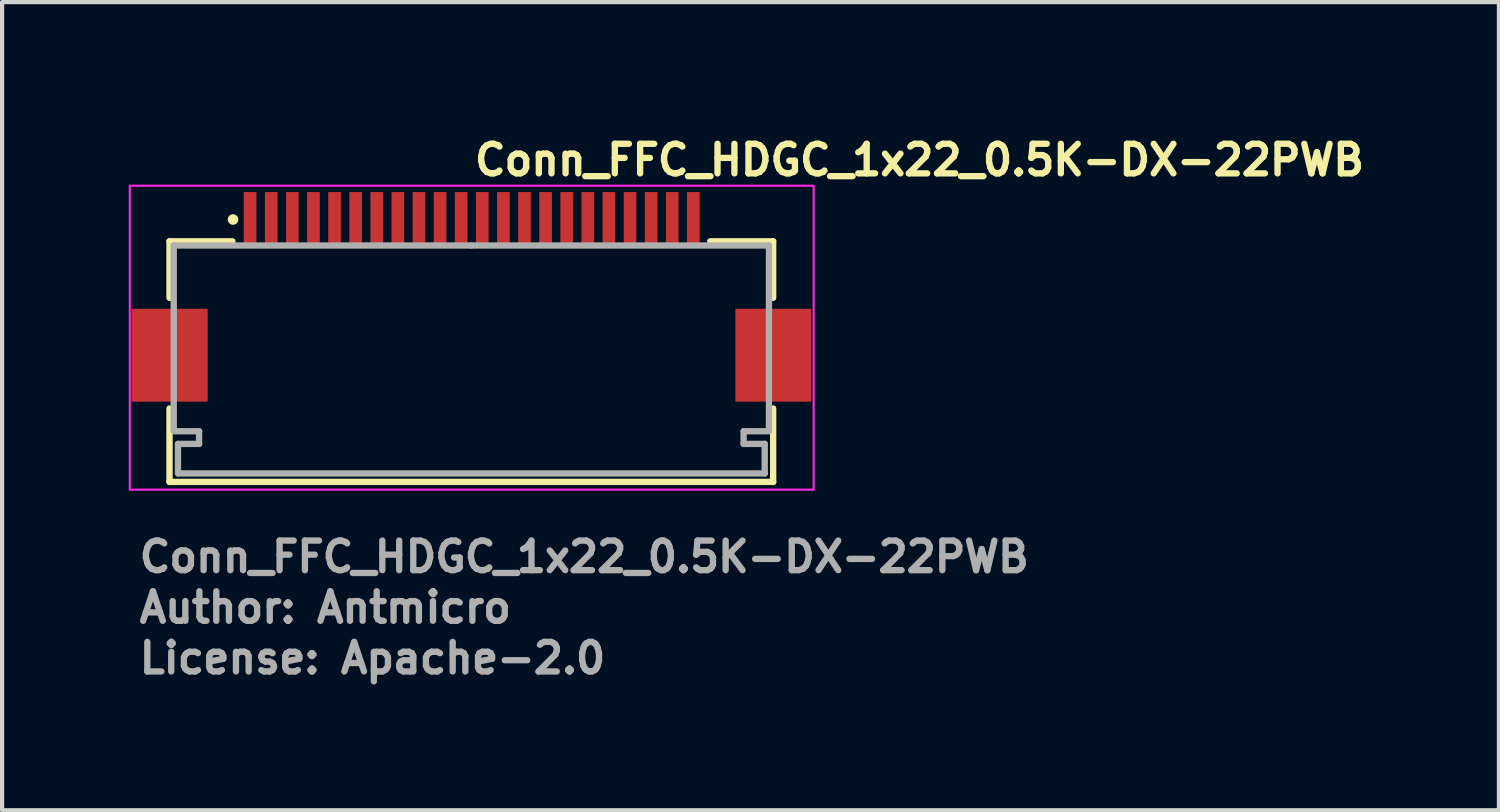
<source format=kicad_pcb>
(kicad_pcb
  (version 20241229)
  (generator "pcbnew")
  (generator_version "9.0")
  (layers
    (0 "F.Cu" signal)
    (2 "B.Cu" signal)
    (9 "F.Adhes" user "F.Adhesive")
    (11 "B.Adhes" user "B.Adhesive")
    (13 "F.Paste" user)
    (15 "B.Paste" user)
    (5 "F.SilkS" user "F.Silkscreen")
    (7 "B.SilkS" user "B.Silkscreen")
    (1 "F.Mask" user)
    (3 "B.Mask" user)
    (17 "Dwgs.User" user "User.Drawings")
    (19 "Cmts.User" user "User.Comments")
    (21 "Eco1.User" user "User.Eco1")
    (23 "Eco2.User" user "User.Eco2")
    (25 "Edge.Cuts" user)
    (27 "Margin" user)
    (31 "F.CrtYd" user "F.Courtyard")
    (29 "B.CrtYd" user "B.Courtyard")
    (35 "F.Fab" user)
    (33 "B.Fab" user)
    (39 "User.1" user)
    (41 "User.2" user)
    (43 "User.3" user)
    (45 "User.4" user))
  (footprint "Conn_FFC_HDGC_1x22_0.5K-DX-22PWB"
    (layer "F.Cu")
    (at 8.125 4.95)
    (property "Reference" "Conn_FFC_HDGC_1x22_0.5K-DX-22PWB" (at -0.009 -3.8 180) (layer "F.SilkS") (effects (font (size 0.7 0.7) (thickness 0.15)) (justify left bottom)))
    (attr smd)
    (fp_line (start -7.159 -2.284) (end -7.159 -0.944) (stroke (width 0.15) (type solid)) (layer "F.SilkS"))
    (fp_line (start -7.159 1.676) (end -7.159 3.416) (stroke (width 0.15) (type solid)) (layer "F.SilkS"))
    (fp_line (start -7.159 3.416) (end 7.141 3.416) (stroke (width 0.15) (type solid)) (layer "F.SilkS"))
    (fp_line (start -5.669 -2.284) (end -7.159 -2.284) (stroke (width 0.15) (type solid)) (layer "F.SilkS"))
    (fp_line (start 5.651 -2.284) (end 7.141 -2.284) (stroke (width 0.15) (type solid)) (layer "F.SilkS"))
    (fp_line (start 7.141 -2.284) (end 7.141 -0.944) (stroke (width 0.15) (type solid)) (layer "F.SilkS"))
    (fp_line (start 7.141 3.416) (end 7.141 1.676) (stroke (width 0.15) (type solid)) (layer "F.SilkS"))
    (fp_circle (center -5.655 -2.8) (end -5.605 -2.8) (stroke (width 0.15) (type solid)) (fill yes) (layer "F.SilkS"))
    (fp_rect (start -8.1 -3.6) (end 8.1 3.6) (stroke (width 0.05) (type solid)) (fill no) (layer "F.CrtYd"))
    (fp_line (start -7.059 -2.184) (end -7.059 2.2) (stroke (width 0.15) (type solid)) (layer "F.Fab"))
    (fp_line (start -7.059 2.216) (end -6.459 2.216) (stroke (width 0.15) (type solid)) (layer "F.Fab"))
    (fp_line (start -6.959 2.516) (end -6.959 3.216) (stroke (width 0.15) (type solid)) (layer "F.Fab"))
    (fp_line (start -6.459 2.216) (end -6.459 2.516) (stroke (width 0.15) (type solid)) (layer "F.Fab"))
    (fp_line (start -6.459 2.516) (end -6.959 2.516) (stroke (width 0.15) (type solid)) (layer "F.Fab"))
    (fp_line (start -0.009 -2.184) (end -7.059 -2.184) (stroke (width 0.15) (type solid)) (layer "F.Fab"))
    (fp_line (start -0.009 -2.184) (end 7.041 -2.184) (stroke (width 0.15) (type solid)) (layer "F.Fab"))
    (fp_line (start 6.441 2.216) (end 6.441 2.516) (stroke (width 0.15) (type solid)) (layer "F.Fab"))
    (fp_line (start 6.441 2.516) (end 6.941 2.516) (stroke (width 0.15) (type solid)) (layer "F.Fab"))
    (fp_line (start 6.941 2.516) (end 6.941 3.216) (stroke (width 0.15) (type solid)) (layer "F.Fab"))
    (fp_line (start 6.941 3.216) (end -6.95 3.216) (stroke (width 0.15) (type solid)) (layer "F.Fab"))
    (fp_line (start 7.041 -2.184) (end 7.041 2.2) (stroke (width 0.15) (type solid)) (layer "F.Fab"))
    (fp_line (start 7.041 2.216) (end 6.441 2.216) (stroke (width 0.15) (type solid)) (layer "F.Fab"))
    (fp_rect (start -7.55 -3.2) (end 7.55 3.2) (stroke (width 0.1) (type solid)) (fill no) (layer "User.5"))
    (fp_line (start -7.55 0.8) (end -7.55 -0.4) (stroke (width 0.02) (type solid)) (layer "User.9"))
    (fp_line (start -7.3 -0.4) (end -7.55 -0.4) (stroke (width 0.02) (type solid)) (layer "User.9"))
    (fp_line (start -7.3 -0.4) (end -6.7 -0.4) (stroke (width 0.02) (type solid)) (layer "User.9"))
    (fp_line (start -7.3 0.8) (end -7.55 0.8) (stroke (width 0.02) (type solid)) (layer "User.9"))
    (fp_line (start -7.3 0.8) (end -6.7 0.8) (stroke (width 0.02) (type solid)) (layer "User.9"))
    (fp_line (start -7.05 -2.4) (end -7.05 -0.5) (stroke (width 0.02) (type solid)) (layer "User.9"))
    (fp_line (start -7.05 -2.4) (end -5.85 -2.4) (stroke (width 0.02) (type solid)) (layer "User.9"))
    (fp_line (start -7.05 -0.4) (end -7.05 -0.5) (stroke (width 0.02) (type solid)) (layer "User.9"))
    (fp_line (start -7.05 2.2) (end -7.05 0.8) (stroke (width 0.02) (type solid)) (layer "User.9"))
    (fp_line (start -7.05 2.2) (end -6.65 2.2) (stroke (width 0.02) (type solid)) (layer "User.9"))
    (fp_line (start -6.85 3.2) (end -6.85 2.5) (stroke (width 0.02) (type solid)) (layer "User.9"))
    (fp_line (start -6.65 -0.5) (end -7.05 -0.5) (stroke (width 0.02) (type solid)) (layer "User.9"))
    (fp_line (start -6.65 -0.4) (end -6.65 -0.5) (stroke (width 0.02) (type solid)) (layer "User.9"))
    (fp_line (start -6.65 2.2) (end -6.65 0.8) (stroke (width 0.02) (type solid)) (layer "User.9"))
    (fp_line (start -6.65 2.2) (end -5.85 2.2) (stroke (width 0.02) (type solid)) (layer "User.9"))
    (fp_line (start -6.47 -0.4) (end -6.7 -0.4) (stroke (width 0.02) (type solid)) (layer "User.9"))
    (fp_line (start -6.47 0.8) (end -6.7 0.8) (stroke (width 0.02) (type solid)) (layer "User.9"))
    (fp_line (start -6.47 0.8) (end -6.47 -0.4) (stroke (width 0.02) (type solid)) (layer "User.9"))
    (fp_line (start -6.45 2.2) (end -6.45 2.3) (stroke (width 0.02) (type solid)) (layer "User.9"))
    (fp_line (start -6.45 2.3) (end -5.785 2.3) (stroke (width 0.02) (type solid)) (layer "User.9"))
    (fp_line (start -6.45 2.5) (end -6.45 2.3) (stroke (width 0.02) (type solid)) (layer "User.9"))
    (fp_line (start -5.85 -2.4) (end -5.45 -2.4) (stroke (width 0.02) (type solid)) (layer "User.9"))
    (fp_line (start -5.85 2.2) (end -5.85 -2.4) (stroke (width 0.02) (type solid)) (layer "User.9"))
    (fp_line (start -5.785 2.3) (end -5.785 2.5) (stroke (width 0.02) (type solid)) (layer "User.9"))
    (fp_line (start -5.785 2.5) (end -6.85 2.5) (stroke (width 0.02) (type solid)) (layer "User.9"))
    (fp_line (start -5.785 3.2) (end -6.85 3.2) (stroke (width 0.02) (type solid)) (layer "User.9"))
    (fp_line (start -5.785 3.2) (end -5.785 2.5) (stroke (width 0.02) (type solid)) (layer "User.9"))
    (fp_line (start -5.672 2.3) (end -5.785 2.3) (stroke (width 0.02) (type solid)) (layer "User.9"))
    (fp_line (start -5.672 2.3) (end -5.672 2.2) (stroke (width 0.02) (type solid)) (layer "User.9"))
    (fp_line (start -5.45 -2.4) (end -5.35 -2.205) (stroke (width 0.02) (type solid)) (layer "User.9"))
    (fp_line (start -5.35 -3.1) (end -5.35 -3.2) (stroke (width 0.02) (type solid)) (layer "User.9"))
    (fp_line (start -5.35 -2.8) (end -5.35 -3.1) (stroke (width 0.02) (type solid)) (layer "User.9"))
    (fp_line (start -5.35 -2.709) (end -5.35 -2.8) (stroke (width 0.02) (type solid)) (layer "User.9"))
    (fp_line (start -5.35 -2.6) (end -5.35 -2.709) (stroke (width 0.02) (type solid)) (layer "User.9"))
    (fp_line (start -5.35 -2.4) (end -5.35 -2.6) (stroke (width 0.02) (type solid)) (layer "User.9"))
    (fp_line (start -5.35 -2.205) (end -5.35 -2.4) (stroke (width 0.02) (type solid)) (layer "User.9"))
    (fp_line (start -5.35 -2.2) (end -5.35 -2.205) (stroke (width 0.02) (type solid)) (layer "User.9"))
    (fp_line (start -5.35 -2.2) (end 5.348 -2.2) (stroke (width 0.02) (type solid)) (layer "User.9"))
    (fp_line (start -5.35 2.2) (end -5.35 3.2) (stroke (width 0.02) (type solid)) (layer "User.9"))
    (fp_line (start -5.35 3.2) (end -5.785 3.2) (stroke (width 0.02) (type solid)) (layer "User.9"))
    (fp_line (start -5.15 -3.2) (end -5.35 -3.2) (stroke (width 0.02) (type solid)) (layer "User.9"))
    (fp_line (start -5.15 -3.1) (end -5.15 -3.2) (stroke (width 0.02) (type solid)) (layer "User.9"))
    (fp_line (start -5.15 -3.1) (end -5.15 -2.8) (stroke (width 0.02) (type solid)) (layer "User.9"))
    (fp_line (start -5.15 -2.709) (end -5.15 -2.8) (stroke (width 0.02) (type solid)) (layer "User.9"))
    (fp_line (start -5.15 -2.709) (end -5.15 -2.6) (stroke (width 0.02) (type solid)) (layer "User.9"))
    (fp_line (start -5.15 -2.6) (end -5.35 -2.6) (stroke (width 0.02) (type solid)) (layer "User.9"))
    (fp_line (start -5.15 -2.6) (end -5.15 -2.4) (stroke (width 0.02) (type solid)) (layer "User.9"))
    (fp_line (start -5.15 -2.4) (end -5.35 -2.4) (stroke (width 0.02) (type solid)) (layer "User.9"))
    (fp_line (start -5.15 -2.4) (end -5.15 -2.2) (stroke (width 0.02) (type solid)) (layer "User.9"))
    (fp_line (start -5.05 -2.4) (end -5.15 -2.205) (stroke (width 0.02) (type solid)) (layer "User.9"))
    (fp_line (start -4.95 -2.4) (end -5.05 -2.4) (stroke (width 0.02) (type solid)) (layer "User.9"))
    (fp_line (start -4.95 -2.4) (end -4.85 -2.205) (stroke (width 0.02) (type solid)) (layer "User.9"))
    (fp_line (start -4.85 -3.1) (end -4.85 -3.2) (stroke (width 0.02) (type solid)) (layer "User.9"))
    (fp_line (start -4.85 -2.8) (end -4.85 -3.1) (stroke (width 0.02) (type solid)) (layer "User.9"))
    (fp_line (start -4.85 -2.709) (end -4.85 -2.8) (stroke (width 0.02) (type solid)) (layer "User.9"))
    (fp_line (start -4.85 -2.6) (end -4.85 -2.709) (stroke (width 0.02) (type solid)) (layer "User.9"))
    (fp_line (start -4.85 -2.4) (end -4.85 -2.6) (stroke (width 0.02) (type solid)) (layer "User.9"))
    (fp_line (start -4.85 -2.2) (end -4.85 -2.4) (stroke (width 0.02) (type solid)) (layer "User.9"))
    (fp_line (start -4.65 -3.2) (end -4.85 -3.2) (stroke (width 0.02) (type solid)) (layer "User.9"))
    (fp_line (start -4.65 -3.1) (end -4.65 -3.2) (stroke (width 0.02) (type solid)) (layer "User.9"))
    (fp_line (start -4.65 -3.1) (end -4.65 -2.8) (stroke (width 0.02) (type solid)) (layer "User.9"))
    (fp_line (start -4.65 -2.709) (end -4.65 -2.8) (stroke (width 0.02) (type solid)) (layer "User.9"))
    (fp_line (start -4.65 -2.709) (end -4.65 -2.6) (stroke (width 0.02) (type solid)) (layer "User.9"))
    (fp_line (start -4.65 -2.6) (end -4.85 -2.6) (stroke (width 0.02) (type solid)) (layer "User.9"))
    (fp_line (start -4.65 -2.6) (end -4.65 -2.4) (stroke (width 0.02) (type solid)) (layer "User.9"))
    (fp_line (start -4.65 -2.4) (end -4.85 -2.4) (stroke (width 0.02) (type solid)) (layer "User.9"))
    (fp_line (start -4.65 -2.4) (end -4.65 -2.2) (stroke (width 0.02) (type solid)) (layer "User.9"))
    (fp_line (start -4.55 -2.4) (end -4.65 -2.205) (stroke (width 0.02) (type solid)) (layer "User.9"))
    (fp_line (start -4.45 -2.4) (end -4.55 -2.4) (stroke (width 0.02) (type solid)) (layer "User.9"))
    (fp_line (start -4.45 -2.4) (end -4.35 -2.205) (stroke (width 0.02) (type solid)) (layer "User.9"))
    (fp_line (start -4.35 -3.1) (end -4.35 -3.2) (stroke (width 0.02) (type solid)) (layer "User.9"))
    (fp_line (start -4.35 -3.1) (end -4.35 -2.8) (stroke (width 0.02) (type solid)) (layer "User.9"))
    (fp_line (start -4.35 -2.709) (end -4.35 -2.8) (stroke (width 0.02) (type solid)) (layer "User.9"))
    (fp_line (start -4.35 -2.709) (end -4.35 -2.6) (stroke (width 0.02) (type solid)) (layer "User.9"))
    (fp_line (start -4.35 -2.6) (end -4.35 -2.4) (stroke (width 0.02) (type solid)) (layer "User.9"))
    (fp_line (start -4.35 -2.4) (end -4.35 -2.2) (stroke (width 0.02) (type solid)) (layer "User.9"))
    (fp_line (start -4.15 -3.2) (end -4.35 -3.2) (stroke (width 0.02) (type solid)) (layer "User.9"))
    (fp_line (start -4.15 -3.1) (end -4.15 -3.2) (stroke (width 0.02) (type solid)) (layer "User.9"))
    (fp_line (start -4.15 -3.1) (end -4.15 -2.8) (stroke (width 0.02) (type solid)) (layer "User.9"))
    (fp_line (start -4.15 -2.709) (end -4.15 -2.8) (stroke (width 0.02) (type solid)) (layer "User.9"))
    (fp_line (start -4.15 -2.709) (end -4.15 -2.6) (stroke (width 0.02) (type solid)) (layer "User.9"))
    (fp_line (start -4.15 -2.6) (end -4.35 -2.6) (stroke (width 0.02) (type solid)) (layer "User.9"))
    (fp_line (start -4.15 -2.6) (end -4.15 -2.4) (stroke (width 0.02) (type solid)) (layer "User.9"))
    (fp_line (start -4.15 -2.4) (end -4.35 -2.4) (stroke (width 0.02) (type solid)) (layer "User.9"))
    (fp_line (start -4.15 -2.4) (end -4.15 -2.2) (stroke (width 0.02) (type solid)) (layer "User.9"))
    (fp_line (start -4.05 -2.4) (end -4.15 -2.205) (stroke (width 0.02) (type solid)) (layer "User.9"))
    (fp_line (start -3.95 -2.4) (end -4.05 -2.4) (stroke (width 0.02) (type solid)) (layer "User.9"))
    (fp_line (start -3.95 -2.4) (end -3.85 -2.205) (stroke (width 0.02) (type solid)) (layer "User.9"))
    (fp_line (start -3.85 -3.1) (end -3.85 -3.2) (stroke (width 0.02) (type solid)) (layer "User.9"))
    (fp_line (start -3.85 -3.1) (end -3.85 -2.8) (stroke (width 0.02) (type solid)) (layer "User.9"))
    (fp_line (start -3.85 -2.709) (end -3.85 -2.8) (stroke (width 0.02) (type solid)) (layer "User.9"))
    (fp_line (start -3.85 -2.709) (end -3.85 -2.6) (stroke (width 0.02) (type solid)) (layer "User.9"))
    (fp_line (start -3.85 -2.6) (end -3.85 -2.4) (stroke (width 0.02) (type solid)) (layer "User.9"))
    (fp_line (start -3.85 -2.4) (end -3.85 -2.2) (stroke (width 0.02) (type solid)) (layer "User.9"))
    (fp_line (start -3.65 -3.2) (end -3.85 -3.2) (stroke (width 0.02) (type solid)) (layer "User.9"))
    (fp_line (start -3.65 -3.1) (end -3.65 -3.2) (stroke (width 0.02) (type solid)) (layer "User.9"))
    (fp_line (start -3.65 -3.1) (end -3.65 -2.8) (stroke (width 0.02) (type solid)) (layer "User.9"))
    (fp_line (start -3.65 -2.709) (end -3.65 -2.8) (stroke (width 0.02) (type solid)) (layer "User.9"))
    (fp_line (start -3.65 -2.709) (end -3.65 -2.6) (stroke (width 0.02) (type solid)) (layer "User.9"))
    (fp_line (start -3.65 -2.6) (end -3.85 -2.6) (stroke (width 0.02) (type solid)) (layer "User.9"))
    (fp_line (start -3.65 -2.6) (end -3.65 -2.4) (stroke (width 0.02) (type solid)) (layer "User.9"))
    (fp_line (start -3.65 -2.4) (end -3.85 -2.4) (stroke (width 0.02) (type solid)) (layer "User.9"))
    (fp_line (start -3.65 -2.4) (end -3.65 -2.2) (stroke (width 0.02) (type solid)) (layer "User.9"))
    (fp_line (start -3.55 -2.4) (end -3.65 -2.205) (stroke (width 0.02) (type solid)) (layer "User.9"))
    (fp_line (start -3.45 -2.4) (end -3.55 -2.4) (stroke (width 0.02) (type solid)) (layer "User.9"))
    (fp_line (start -3.45 -2.4) (end -3.35 -2.205) (stroke (width 0.02) (type solid)) (layer "User.9"))
    (fp_line (start -3.35 -3.1) (end -3.35 -3.2) (stroke (width 0.02) (type solid)) (layer "User.9"))
    (fp_line (start -3.35 -3.1) (end -3.35 -2.8) (stroke (width 0.02) (type solid)) (layer "User.9"))
    (fp_line (start -3.35 -2.709) (end -3.35 -2.8) (stroke (width 0.02) (type solid)) (layer "User.9"))
    (fp_line (start -3.35 -2.709) (end -3.35 -2.6) (stroke (width 0.02) (type solid)) (layer "User.9"))
    (fp_line (start -3.35 -2.6) (end -3.35 -2.4) (stroke (width 0.02) (type solid)) (layer "User.9"))
    (fp_line (start -3.35 -2.4) (end -3.35 -2.2) (stroke (width 0.02) (type solid)) (layer "User.9"))
    (fp_line (start -3.15 -3.2) (end -3.35 -3.2) (stroke (width 0.02) (type solid)) (layer "User.9"))
    (fp_line (start -3.15 -3.1) (end -3.15 -3.2) (stroke (width 0.02) (type solid)) (layer "User.9"))
    (fp_line (start -3.15 -3.1) (end -3.15 -2.8) (stroke (width 0.02) (type solid)) (layer "User.9"))
    (fp_line (start -3.15 -2.709) (end -3.15 -2.8) (stroke (width 0.02) (type solid)) (layer "User.9"))
    (fp_line (start -3.15 -2.709) (end -3.15 -2.6) (stroke (width 0.02) (type solid)) (layer "User.9"))
    (fp_line (start -3.15 -2.6) (end -3.35 -2.6) (stroke (width 0.02) (type solid)) (layer "User.9"))
    (fp_line (start -3.15 -2.6) (end -3.15 -2.4) (stroke (width 0.02) (type solid)) (layer "User.9"))
    (fp_line (start -3.15 -2.4) (end -3.35 -2.4) (stroke (width 0.02) (type solid)) (layer "User.9"))
    (fp_line (start -3.15 -2.4) (end -3.15 -2.2) (stroke (width 0.02) (type solid)) (layer "User.9"))
    (fp_line (start -3.05 -2.4) (end -3.15 -2.205) (stroke (width 0.02) (type solid)) (layer "User.9"))
    (fp_line (start -2.95 -2.4) (end -3.05 -2.4) (stroke (width 0.02) (type solid)) (layer "User.9"))
    (fp_line (start -2.95 -2.4) (end -2.85 -2.205) (stroke (width 0.02) (type solid)) (layer "User.9"))
    (fp_line (start -2.85 -3.1) (end -2.85 -3.2) (stroke (width 0.02) (type solid)) (layer "User.9"))
    (fp_line (start -2.85 -3.1) (end -2.85 -2.8) (stroke (width 0.02) (type solid)) (layer "User.9"))
    (fp_line (start -2.85 -2.709) (end -2.85 -2.8) (stroke (width 0.02) (type solid)) (layer "User.9"))
    (fp_line (start -2.85 -2.709) (end -2.85 -2.6) (stroke (width 0.02) (type solid)) (layer "User.9"))
    (fp_line (start -2.85 -2.6) (end -2.85 -2.4) (stroke (width 0.02) (type solid)) (layer "User.9"))
    (fp_line (start -2.85 -2.4) (end -2.85 -2.2) (stroke (width 0.02) (type solid)) (layer "User.9"))
    (fp_line (start -2.65 -3.2) (end -2.85 -3.2) (stroke (width 0.02) (type solid)) (layer "User.9"))
    (fp_line (start -2.65 -3.1) (end -2.65 -3.2) (stroke (width 0.02) (type solid)) (layer "User.9"))
    (fp_line (start -2.65 -3.1) (end -2.65 -2.8) (stroke (width 0.02) (type solid)) (layer "User.9"))
    (fp_line (start -2.65 -2.709) (end -2.65 -2.8) (stroke (width 0.02) (type solid)) (layer "User.9"))
    (fp_line (start -2.65 -2.709) (end -2.65 -2.6) (stroke (width 0.02) (type solid)) (layer "User.9"))
    (fp_line (start -2.65 -2.6) (end -2.85 -2.6) (stroke (width 0.02) (type solid)) (layer "User.9"))
    (fp_line (start -2.65 -2.6) (end -2.65 -2.4) (stroke (width 0.02) (type solid)) (layer "User.9"))
    (fp_line (start -2.65 -2.4) (end -2.85 -2.4) (stroke (width 0.02) (type solid)) (layer "User.9"))
    (fp_line (start -2.65 -2.4) (end -2.65 -2.2) (stroke (width 0.02) (type solid)) (layer "User.9"))
    (fp_line (start -2.55 -2.4) (end -2.65 -2.205) (stroke (width 0.02) (type solid)) (layer "User.9"))
    (fp_line (start -2.45 -2.4) (end -2.55 -2.4) (stroke (width 0.02) (type solid)) (layer "User.9"))
    (fp_line (start -2.45 -2.4) (end -2.35 -2.205) (stroke (width 0.02) (type solid)) (layer "User.9"))
    (fp_line (start -2.35 -3.1) (end -2.35 -3.2) (stroke (width 0.02) (type solid)) (layer "User.9"))
    (fp_line (start -2.35 -3.1) (end -2.35 -2.8) (stroke (width 0.02) (type solid)) (layer "User.9"))
    (fp_line (start -2.35 -2.709) (end -2.35 -2.8) (stroke (width 0.02) (type solid)) (layer "User.9"))
    (fp_line (start -2.35 -2.709) (end -2.35 -2.6) (stroke (width 0.02) (type solid)) (layer "User.9"))
    (fp_line (start -2.35 -2.6) (end -2.35 -2.4) (stroke (width 0.02) (type solid)) (layer "User.9"))
    (fp_line (start -2.35 -2.4) (end -2.35 -2.2) (stroke (width 0.02) (type solid)) (layer "User.9"))
    (fp_line (start -2.15 -3.2) (end -2.35 -3.2) (stroke (width 0.02) (type solid)) (layer "User.9"))
    (fp_line (start -2.15 -3.1) (end -2.15 -3.2) (stroke (width 0.02) (type solid)) (layer "User.9"))
    (fp_line (start -2.15 -3.1) (end -2.15 -2.8) (stroke (width 0.02) (type solid)) (layer "User.9"))
    (fp_line (start -2.15 -2.709) (end -2.15 -2.8) (stroke (width 0.02) (type solid)) (layer "User.9"))
    (fp_line (start -2.15 -2.709) (end -2.15 -2.6) (stroke (width 0.02) (type solid)) (layer "User.9"))
    (fp_line (start -2.15 -2.6) (end -2.35 -2.6) (stroke (width 0.02) (type solid)) (layer "User.9"))
    (fp_line (start -2.15 -2.6) (end -2.15 -2.4) (stroke (width 0.02) (type solid)) (layer "User.9"))
    (fp_line (start -2.15 -2.4) (end -2.35 -2.4) (stroke (width 0.02) (type solid)) (layer "User.9"))
    (fp_line (start -2.15 -2.4) (end -2.15 -2.2) (stroke (width 0.02) (type solid)) (layer "User.9"))
    (fp_line (start -2.05 -2.4) (end -2.15 -2.205) (stroke (width 0.02) (type solid)) (layer "User.9"))
    (fp_line (start -1.95 -2.4) (end -2.05 -2.4) (stroke (width 0.02) (type solid)) (layer "User.9"))
    (fp_line (start -1.95 -2.4) (end -1.85 -2.205) (stroke (width 0.02) (type solid)) (layer "User.9"))
    (fp_line (start -1.85 -3.1) (end -1.85 -3.2) (stroke (width 0.02) (type solid)) (layer "User.9"))
    (fp_line (start -1.85 -3.1) (end -1.85 -2.8) (stroke (width 0.02) (type solid)) (layer "User.9"))
    (fp_line (start -1.85 -2.709) (end -1.85 -2.8) (stroke (width 0.02) (type solid)) (layer "User.9"))
    (fp_line (start -1.85 -2.709) (end -1.85 -2.6) (stroke (width 0.02) (type solid)) (layer "User.9"))
    (fp_line (start -1.85 -2.6) (end -1.85 -2.4) (stroke (width 0.02) (type solid)) (layer "User.9"))
    (fp_line (start -1.85 -2.4) (end -1.85 -2.2) (stroke (width 0.02) (type solid)) (layer "User.9"))
    (fp_line (start -1.65 -3.2) (end -1.85 -3.2) (stroke (width 0.02) (type solid)) (layer "User.9"))
    (fp_line (start -1.65 -3.1) (end -1.65 -3.2) (stroke (width 0.02) (type solid)) (layer "User.9"))
    (fp_line (start -1.65 -3.1) (end -1.65 -2.8) (stroke (width 0.02) (type solid)) (layer "User.9"))
    (fp_line (start -1.65 -2.709) (end -1.65 -2.8) (stroke (width 0.02) (type solid)) (layer "User.9"))
    (fp_line (start -1.65 -2.709) (end -1.65 -2.6) (stroke (width 0.02) (type solid)) (layer "User.9"))
    (fp_line (start -1.65 -2.6) (end -1.85 -2.6) (stroke (width 0.02) (type solid)) (layer "User.9"))
    (fp_line (start -1.65 -2.6) (end -1.65 -2.4) (stroke (width 0.02) (type solid)) (layer "User.9"))
    (fp_line (start -1.65 -2.4) (end -1.85 -2.4) (stroke (width 0.02) (type solid)) (layer "User.9"))
    (fp_line (start -1.65 -2.4) (end -1.65 -2.2) (stroke (width 0.02) (type solid)) (layer "User.9"))
    (fp_line (start -1.55 -2.4) (end -1.65 -2.205) (stroke (width 0.02) (type solid)) (layer "User.9"))
    (fp_line (start -1.45 -2.4) (end -1.55 -2.4) (stroke (width 0.02) (type solid)) (layer "User.9"))
    (fp_line (start -1.45 -2.4) (end -1.35 -2.205) (stroke (width 0.02) (type solid)) (layer "User.9"))
    (fp_line (start -1.35 -3.1) (end -1.35 -3.2) (stroke (width 0.02) (type solid)) (layer "User.9"))
    (fp_line (start -1.35 -3.1) (end -1.35 -2.8) (stroke (width 0.02) (type solid)) (layer "User.9"))
    (fp_line (start -1.35 -2.709) (end -1.35 -2.8) (stroke (width 0.02) (type solid)) (layer "User.9"))
    (fp_line (start -1.35 -2.709) (end -1.35 -2.6) (stroke (width 0.02) (type solid)) (layer "User.9"))
    (fp_line (start -1.35 -2.6) (end -1.35 -2.4) (stroke (width 0.02) (type solid)) (layer "User.9"))
    (fp_line (start -1.35 -2.4) (end -1.35 -2.2) (stroke (width 0.02) (type solid)) (layer "User.9"))
    (fp_line (start -1.15 -3.2) (end -1.35 -3.2) (stroke (width 0.02) (type solid)) (layer "User.9"))
    (fp_line (start -1.15 -3.1) (end -1.15 -3.2) (stroke (width 0.02) (type solid)) (layer "User.9"))
    (fp_line (start -1.15 -3.1) (end -1.15 -2.8) (stroke (width 0.02) (type solid)) (layer "User.9"))
    (fp_line (start -1.15 -2.709) (end -1.15 -2.8) (stroke (width 0.02) (type solid)) (layer "User.9"))
    (fp_line (start -1.15 -2.709) (end -1.15 -2.6) (stroke (width 0.02) (type solid)) (layer "User.9"))
    (fp_line (start -1.15 -2.6) (end -1.35 -2.6) (stroke (width 0.02) (type solid)) (layer "User.9"))
    (fp_line (start -1.15 -2.6) (end -1.15 -2.4) (stroke (width 0.02) (type solid)) (layer "User.9"))
    (fp_line (start -1.15 -2.4) (end -1.35 -2.4) (stroke (width 0.02) (type solid)) (layer "User.9"))
    (fp_line (start -1.15 -2.4) (end -1.15 -2.2) (stroke (width 0.02) (type solid)) (layer "User.9"))
    (fp_line (start -1.05 -2.4) (end -1.15 -2.205) (stroke (width 0.02) (type solid)) (layer "User.9"))
    (fp_line (start -0.95 -2.4) (end -1.05 -2.4) (stroke (width 0.02) (type solid)) (layer "User.9"))
    (fp_line (start -0.95 -2.4) (end -0.85 -2.205) (stroke (width 0.02) (type solid)) (layer "User.9"))
    (fp_line (start -0.85 -3.1) (end -0.85 -3.2) (stroke (width 0.02) (type solid)) (layer "User.9"))
    (fp_line (start -0.85 -3.1) (end -0.85 -2.8) (stroke (width 0.02) (type solid)) (layer "User.9"))
    (fp_line (start -0.85 -2.709) (end -0.85 -2.8) (stroke (width 0.02) (type solid)) (layer "User.9"))
    (fp_line (start -0.85 -2.709) (end -0.85 -2.6) (stroke (width 0.02) (type solid)) (layer "User.9"))
    (fp_line (start -0.85 -2.6) (end -0.85 -2.4) (stroke (width 0.02) (type solid)) (layer "User.9"))
    (fp_line (start -0.85 -2.4) (end -0.85 -2.2) (stroke (width 0.02) (type solid)) (layer "User.9"))
    (fp_line (start -0.65 -3.2) (end -0.85 -3.2) (stroke (width 0.02) (type solid)) (layer "User.9"))
    (fp_line (start -0.65 -3.1) (end -0.65 -3.2) (stroke (width 0.02) (type solid)) (layer "User.9"))
    (fp_line (start -0.65 -3.1) (end -0.65 -2.8) (stroke (width 0.02) (type solid)) (layer "User.9"))
    (fp_line (start -0.65 -2.709) (end -0.65 -2.8) (stroke (width 0.02) (type solid)) (layer "User.9"))
    (fp_line (start -0.65 -2.709) (end -0.65 -2.6) (stroke (width 0.02) (type solid)) (layer "User.9"))
    (fp_line (start -0.65 -2.6) (end -0.85 -2.6) (stroke (width 0.02) (type solid)) (layer "User.9"))
    (fp_line (start -0.65 -2.6) (end -0.65 -2.4) (stroke (width 0.02) (type solid)) (layer "User.9"))
    (fp_line (start -0.65 -2.4) (end -0.85 -2.4) (stroke (width 0.02) (type solid)) (layer "User.9"))
    (fp_line (start -0.65 -2.4) (end -0.65 -2.2) (stroke (width 0.02) (type solid)) (layer "User.9"))
    (fp_line (start -0.55 -2.4) (end -0.65 -2.205) (stroke (width 0.02) (type solid)) (layer "User.9"))
    (fp_line (start -0.45 -2.4) (end -0.55 -2.4) (stroke (width 0.02) (type solid)) (layer "User.9"))
    (fp_line (start -0.45 -2.4) (end -0.35 -2.205) (stroke (width 0.02) (type solid)) (layer "User.9"))
    (fp_line (start -0.35 -3.1) (end -0.35 -3.2) (stroke (width 0.02) (type solid)) (layer "User.9"))
    (fp_line (start -0.35 -3.1) (end -0.35 -2.8) (stroke (width 0.02) (type solid)) (layer "User.9"))
    (fp_line (start -0.35 -2.709) (end -0.35 -2.8) (stroke (width 0.02) (type solid)) (layer "User.9"))
    (fp_line (start -0.35 -2.709) (end -0.35 -2.6) (stroke (width 0.02) (type solid)) (layer "User.9"))
    (fp_line (start -0.35 -2.6) (end -0.35 -2.4) (stroke (width 0.02) (type solid)) (layer "User.9"))
    (fp_line (start -0.35 -2.4) (end -0.35 -2.2) (stroke (width 0.02) (type solid)) (layer "User.9"))
    (fp_line (start -0.15 -3.2) (end -0.35 -3.2) (stroke (width 0.02) (type solid)) (layer "User.9"))
    (fp_line (start -0.15 -3.1) (end -0.15 -3.2) (stroke (width 0.02) (type solid)) (layer "User.9"))
    (fp_line (start -0.15 -3.1) (end -0.15 -2.8) (stroke (width 0.02) (type solid)) (layer "User.9"))
    (fp_line (start -0.15 -2.709) (end -0.15 -2.8) (stroke (width 0.02) (type solid)) (layer "User.9"))
    (fp_line (start -0.15 -2.709) (end -0.15 -2.6) (stroke (width 0.02) (type solid)) (layer "User.9"))
    (fp_line (start -0.15 -2.6) (end -0.35 -2.6) (stroke (width 0.02) (type solid)) (layer "User.9"))
    (fp_line (start -0.15 -2.6) (end -0.15 -2.4) (stroke (width 0.02) (type solid)) (layer "User.9"))
    (fp_line (start -0.15 -2.4) (end -0.35 -2.4) (stroke (width 0.02) (type solid)) (layer "User.9"))
    (fp_line (start -0.15 -2.4) (end -0.15 -2.2) (stroke (width 0.02) (type solid)) (layer "User.9"))
    (fp_line (start -0.05 -2.4) (end -0.15 -2.205) (stroke (width 0.02) (type solid)) (layer "User.9"))
    (fp_line (start 0.05 -2.4) (end -0.05 -2.4) (stroke (width 0.02) (type solid)) (layer "User.9"))
    (fp_line (start 0.05 -2.4) (end 0.15 -2.205) (stroke (width 0.02) (type solid)) (layer "User.9"))
    (fp_line (start 0.15 -3.1) (end 0.15 -3.2) (stroke (width 0.02) (type solid)) (layer "User.9"))
    (fp_line (start 0.15 -3.1) (end 0.15 -2.8) (stroke (width 0.02) (type solid)) (layer "User.9"))
    (fp_line (start 0.15 -2.709) (end 0.15 -2.8) (stroke (width 0.02) (type solid)) (layer "User.9"))
    (fp_line (start 0.15 -2.709) (end 0.15 -2.6) (stroke (width 0.02) (type solid)) (layer "User.9"))
    (fp_line (start 0.15 -2.6) (end 0.15 -2.4) (stroke (width 0.02) (type solid)) (layer "User.9"))
    (fp_line (start 0.15 -2.4) (end 0.15 -2.2) (stroke (width 0.02) (type solid)) (layer "User.9"))
    (fp_line (start 0.35 -3.2) (end 0.15 -3.2) (stroke (width 0.02) (type solid)) (layer "User.9"))
    (fp_line (start 0.35 -3.1) (end 0.35 -3.2) (stroke (width 0.02) (type solid)) (layer "User.9"))
    (fp_line (start 0.35 -3.1) (end 0.35 -2.8) (stroke (width 0.02) (type solid)) (layer "User.9"))
    (fp_line (start 0.35 -2.709) (end 0.35 -2.8) (stroke (width 0.02) (type solid)) (layer "User.9"))
    (fp_line (start 0.35 -2.709) (end 0.35 -2.6) (stroke (width 0.02) (type solid)) (layer "User.9"))
    (fp_line (start 0.35 -2.6) (end 0.15 -2.6) (stroke (width 0.02) (type solid)) (layer "User.9"))
    (fp_line (start 0.35 -2.6) (end 0.35 -2.4) (stroke (width 0.02) (type solid)) (layer "User.9"))
    (fp_line (start 0.35 -2.4) (end 0.15 -2.4) (stroke (width 0.02) (type solid)) (layer "User.9"))
    (fp_line (start 0.35 -2.4) (end 0.35 -2.2) (stroke (width 0.02) (type solid)) (layer "User.9"))
    (fp_line (start 0.45 -2.4) (end 0.35 -2.205) (stroke (width 0.02) (type solid)) (layer "User.9"))
    (fp_line (start 0.55 -2.4) (end 0.45 -2.4) (stroke (width 0.02) (type solid)) (layer "User.9"))
    (fp_line (start 0.55 -2.4) (end 0.65 -2.205) (stroke (width 0.02) (type solid)) (layer "User.9"))
    (fp_line (start 0.65 -3.1) (end 0.65 -3.2) (stroke (width 0.02) (type solid)) (layer "User.9"))
    (fp_line (start 0.65 -3.1) (end 0.65 -2.8) (stroke (width 0.02) (type solid)) (layer "User.9"))
    (fp_line (start 0.65 -2.709) (end 0.65 -2.8) (stroke (width 0.02) (type solid)) (layer "User.9"))
    (fp_line (start 0.65 -2.709) (end 0.65 -2.6) (stroke (width 0.02) (type solid)) (layer "User.9"))
    (fp_line (start 0.65 -2.6) (end 0.65 -2.4) (stroke (width 0.02) (type solid)) (layer "User.9"))
    (fp_line (start 0.65 -2.4) (end 0.65 -2.2) (stroke (width 0.02) (type solid)) (layer "User.9"))
    (fp_line (start 0.85 -3.2) (end 0.65 -3.2) (stroke (width 0.02) (type solid)) (layer "User.9"))
    (fp_line (start 0.85 -3.1) (end 0.85 -3.2) (stroke (width 0.02) (type solid)) (layer "User.9"))
    (fp_line (start 0.85 -3.1) (end 0.85 -2.8) (stroke (width 0.02) (type solid)) (layer "User.9"))
    (fp_line (start 0.85 -2.709) (end 0.85 -2.8) (stroke (width 0.02) (type solid)) (layer "User.9"))
    (fp_line (start 0.85 -2.709) (end 0.85 -2.6) (stroke (width 0.02) (type solid)) (layer "User.9"))
    (fp_line (start 0.85 -2.6) (end 0.65 -2.6) (stroke (width 0.02) (type solid)) (layer "User.9"))
    (fp_line (start 0.85 -2.6) (end 0.85 -2.4) (stroke (width 0.02) (type solid)) (layer "User.9"))
    (fp_line (start 0.85 -2.4) (end 0.65 -2.4) (stroke (width 0.02) (type solid)) (layer "User.9"))
    (fp_line (start 0.85 -2.4) (end 0.85 -2.2) (stroke (width 0.02) (type solid)) (layer "User.9"))
    (fp_line (start 0.95 -2.4) (end 0.85 -2.205) (stroke (width 0.02) (type solid)) (layer "User.9"))
    (fp_line (start 1.05 -2.4) (end 0.95 -2.4) (stroke (width 0.02) (type solid)) (layer "User.9"))
    (fp_line (start 1.05 -2.4) (end 1.15 -2.205) (stroke (width 0.02) (type solid)) (layer "User.9"))
    (fp_line (start 1.15 -3.1) (end 1.15 -3.2) (stroke (width 0.02) (type solid)) (layer "User.9"))
    (fp_line (start 1.15 -3.1) (end 1.15 -2.8) (stroke (width 0.02) (type solid)) (layer "User.9"))
    (fp_line (start 1.15 -2.709) (end 1.15 -2.8) (stroke (width 0.02) (type solid)) (layer "User.9"))
    (fp_line (start 1.15 -2.709) (end 1.15 -2.6) (stroke (width 0.02) (type solid)) (layer "User.9"))
    (fp_line (start 1.15 -2.6) (end 1.15 -2.4) (stroke (width 0.02) (type solid)) (layer "User.9"))
    (fp_line (start 1.15 -2.4) (end 1.15 -2.2) (stroke (width 0.02) (type solid)) (layer "User.9"))
    (fp_line (start 1.35 -3.2) (end 1.15 -3.2) (stroke (width 0.02) (type solid)) (layer "User.9"))
    (fp_line (start 1.35 -3.1) (end 1.35 -3.2) (stroke (width 0.02) (type solid)) (layer "User.9"))
    (fp_line (start 1.35 -3.1) (end 1.35 -2.8) (stroke (width 0.02) (type solid)) (layer "User.9"))
    (fp_line (start 1.35 -2.709) (end 1.35 -2.8) (stroke (width 0.02) (type solid)) (layer "User.9"))
    (fp_line (start 1.35 -2.709) (end 1.35 -2.6) (stroke (width 0.02) (type solid)) (layer "User.9"))
    (fp_line (start 1.35 -2.6) (end 1.15 -2.6) (stroke (width 0.02) (type solid)) (layer "User.9"))
    (fp_line (start 1.35 -2.6) (end 1.35 -2.4) (stroke (width 0.02) (type solid)) (layer "User.9"))
    (fp_line (start 1.35 -2.4) (end 1.15 -2.4) (stroke (width 0.02) (type solid)) (layer "User.9"))
    (fp_line (start 1.35 -2.4) (end 1.35 -2.2) (stroke (width 0.02) (type solid)) (layer "User.9"))
    (fp_line (start 1.45 -2.4) (end 1.35 -2.205) (stroke (width 0.02) (type solid)) (layer "User.9"))
    (fp_line (start 1.55 -2.4) (end 1.45 -2.4) (stroke (width 0.02) (type solid)) (layer "User.9"))
    (fp_line (start 1.55 -2.4) (end 1.65 -2.205) (stroke (width 0.02) (type solid)) (layer "User.9"))
    (fp_line (start 1.65 -3.1) (end 1.65 -3.2) (stroke (width 0.02) (type solid)) (layer "User.9"))
    (fp_line (start 1.65 -3.1) (end 1.65 -2.8) (stroke (width 0.02) (type solid)) (layer "User.9"))
    (fp_line (start 1.65 -2.709) (end 1.65 -2.8) (stroke (width 0.02) (type solid)) (layer "User.9"))
    (fp_line (start 1.65 -2.709) (end 1.65 -2.6) (stroke (width 0.02) (type solid)) (layer "User.9"))
    (fp_line (start 1.65 -2.6) (end 1.65 -2.4) (stroke (width 0.02) (type solid)) (layer "User.9"))
    (fp_line (start 1.65 -2.4) (end 1.65 -2.2) (stroke (width 0.02) (type solid)) (layer "User.9"))
    (fp_line (start 1.85 -3.2) (end 1.65 -3.2) (stroke (width 0.02) (type solid)) (layer "User.9"))
    (fp_line (start 1.85 -3.1) (end 1.85 -3.2) (stroke (width 0.02) (type solid)) (layer "User.9"))
    (fp_line (start 1.85 -3.1) (end 1.85 -2.8) (stroke (width 0.02) (type solid)) (layer "User.9"))
    (fp_line (start 1.85 -2.709) (end 1.85 -2.8) (stroke (width 0.02) (type solid)) (layer "User.9"))
    (fp_line (start 1.85 -2.709) (end 1.85 -2.6) (stroke (width 0.02) (type solid)) (layer "User.9"))
    (fp_line (start 1.85 -2.6) (end 1.65 -2.6) (stroke (width 0.02) (type solid)) (layer "User.9"))
    (fp_line (start 1.85 -2.6) (end 1.85 -2.4) (stroke (width 0.02) (type solid)) (layer "User.9"))
    (fp_line (start 1.85 -2.4) (end 1.65 -2.4) (stroke (width 0.02) (type solid)) (layer "User.9"))
    (fp_line (start 1.85 -2.4) (end 1.85 -2.2) (stroke (width 0.02) (type solid)) (layer "User.9"))
    (fp_line (start 1.95 -2.4) (end 1.85 -2.205) (stroke (width 0.02) (type solid)) (layer "User.9"))
    (fp_line (start 2.05 -2.4) (end 1.95 -2.4) (stroke (width 0.02) (type solid)) (layer "User.9"))
    (fp_line (start 2.05 -2.4) (end 2.15 -2.205) (stroke (width 0.02) (type solid)) (layer "User.9"))
    (fp_line (start 2.15 -3.1) (end 2.15 -3.2) (stroke (width 0.02) (type solid)) (layer "User.9"))
    (fp_line (start 2.15 -3.1) (end 2.15 -2.8) (stroke (width 0.02) (type solid)) (layer "User.9"))
    (fp_line (start 2.15 -2.709) (end 2.15 -2.8) (stroke (width 0.02) (type solid)) (layer "User.9"))
    (fp_line (start 2.15 -2.709) (end 2.15 -2.6) (stroke (width 0.02) (type solid)) (layer "User.9"))
    (fp_line (start 2.15 -2.6) (end 2.15 -2.4) (stroke (width 0.02) (type solid)) (layer "User.9"))
    (fp_line (start 2.15 -2.4) (end 2.15 -2.2) (stroke (width 0.02) (type solid)) (layer "User.9"))
    (fp_line (start 2.35 -3.2) (end 2.15 -3.2) (stroke (width 0.02) (type solid)) (layer "User.9"))
    (fp_line (start 2.35 -3.1) (end 2.35 -3.2) (stroke (width 0.02) (type solid)) (layer "User.9"))
    (fp_line (start 2.35 -3.1) (end 2.35 -2.8) (stroke (width 0.02) (type solid)) (layer "User.9"))
    (fp_line (start 2.35 -2.709) (end 2.35 -2.8) (stroke (width 0.02) (type solid)) (layer "User.9"))
    (fp_line (start 2.35 -2.709) (end 2.35 -2.6) (stroke (width 0.02) (type solid)) (layer "User.9"))
    (fp_line (start 2.35 -2.6) (end 2.15 -2.6) (stroke (width 0.02) (type solid)) (layer "User.9"))
    (fp_line (start 2.35 -2.6) (end 2.35 -2.4) (stroke (width 0.02) (type solid)) (layer "User.9"))
    (fp_line (start 2.35 -2.4) (end 2.15 -2.4) (stroke (width 0.02) (type solid)) (layer "User.9"))
    (fp_line (start 2.35 -2.4) (end 2.35 -2.2) (stroke (width 0.02) (type solid)) (layer "User.9"))
    (fp_line (start 2.45 -2.4) (end 2.35 -2.205) (stroke (width 0.02) (type solid)) (layer "User.9"))
    (fp_line (start 2.55 -2.4) (end 2.45 -2.4) (stroke (width 0.02) (type solid)) (layer "User.9"))
    (fp_line (start 2.55 -2.4) (end 2.65 -2.205) (stroke (width 0.02) (type solid)) (layer "User.9"))
    (fp_line (start 2.65 -3.1) (end 2.65 -3.2) (stroke (width 0.02) (type solid)) (layer "User.9"))
    (fp_line (start 2.65 -3.1) (end 2.65 -2.8) (stroke (width 0.02) (type solid)) (layer "User.9"))
    (fp_line (start 2.65 -2.709) (end 2.65 -2.8) (stroke (width 0.02) (type solid)) (layer "User.9"))
    (fp_line (start 2.65 -2.709) (end 2.65 -2.6) (stroke (width 0.02) (type solid)) (layer "User.9"))
    (fp_line (start 2.65 -2.6) (end 2.65 -2.4) (stroke (width 0.02) (type solid)) (layer "User.9"))
    (fp_line (start 2.65 -2.4) (end 2.65 -2.2) (stroke (width 0.02) (type solid)) (layer "User.9"))
    (fp_line (start 2.85 -3.2) (end 2.65 -3.2) (stroke (width 0.02) (type solid)) (layer "User.9"))
    (fp_line (start 2.85 -3.1) (end 2.85 -3.2) (stroke (width 0.02) (type solid)) (layer "User.9"))
    (fp_line (start 2.85 -3.1) (end 2.85 -2.8) (stroke (width 0.02) (type solid)) (layer "User.9"))
    (fp_line (start 2.85 -2.709) (end 2.85 -2.8) (stroke (width 0.02) (type solid)) (layer "User.9"))
    (fp_line (start 2.85 -2.709) (end 2.85 -2.6) (stroke (width 0.02) (type solid)) (layer "User.9"))
    (fp_line (start 2.85 -2.6) (end 2.65 -2.6) (stroke (width 0.02) (type solid)) (layer "User.9"))
    (fp_line (start 2.85 -2.6) (end 2.85 -2.4) (stroke (width 0.02) (type solid)) (layer "User.9"))
    (fp_line (start 2.85 -2.4) (end 2.65 -2.4) (stroke (width 0.02) (type solid)) (layer "User.9"))
    (fp_line (start 2.85 -2.4) (end 2.85 -2.2) (stroke (width 0.02) (type solid)) (layer "User.9"))
    (fp_line (start 2.95 -2.4) (end 2.85 -2.205) (stroke (width 0.02) (type solid)) (layer "User.9"))
    (fp_line (start 3.05 -2.4) (end 2.95 -2.4) (stroke (width 0.02) (type solid)) (layer "User.9"))
    (fp_line (start 3.05 -2.4) (end 3.15 -2.205) (stroke (width 0.02) (type solid)) (layer "User.9"))
    (fp_line (start 3.15 -3.1) (end 3.15 -3.2) (stroke (width 0.02) (type solid)) (layer "User.9"))
    (fp_line (start 3.15 -3.1) (end 3.15 -2.8) (stroke (width 0.02) (type solid)) (layer "User.9"))
    (fp_line (start 3.15 -2.709) (end 3.15 -2.8) (stroke (width 0.02) (type solid)) (layer "User.9"))
    (fp_line (start 3.15 -2.709) (end 3.15 -2.6) (stroke (width 0.02) (type solid)) (layer "User.9"))
    (fp_line (start 3.15 -2.6) (end 3.15 -2.4) (stroke (width 0.02) (type solid)) (layer "User.9"))
    (fp_line (start 3.15 -2.4) (end 3.15 -2.2) (stroke (width 0.02) (type solid)) (layer "User.9"))
    (fp_line (start 3.35 -3.2) (end 3.15 -3.2) (stroke (width 0.02) (type solid)) (layer "User.9"))
    (fp_line (start 3.35 -3.1) (end 3.35 -3.2) (stroke (width 0.02) (type solid)) (layer "User.9"))
    (fp_line (start 3.35 -3.1) (end 3.35 -2.8) (stroke (width 0.02) (type solid)) (layer "User.9"))
    (fp_line (start 3.35 -2.709) (end 3.35 -2.8) (stroke (width 0.02) (type solid)) (layer "User.9"))
    (fp_line (start 3.35 -2.709) (end 3.35 -2.6) (stroke (width 0.02) (type solid)) (layer "User.9"))
    (fp_line (start 3.35 -2.6) (end 3.15 -2.6) (stroke (width 0.02) (type solid)) (layer "User.9"))
    (fp_line (start 3.35 -2.6) (end 3.35 -2.4) (stroke (width 0.02) (type solid)) (layer "User.9"))
    (fp_line (start 3.35 -2.4) (end 3.15 -2.4) (stroke (width 0.02) (type solid)) (layer "User.9"))
    (fp_line (start 3.35 -2.4) (end 3.35 -2.2) (stroke (width 0.02) (type solid)) (layer "User.9"))
    (fp_line (start 3.45 -2.4) (end 3.35 -2.205) (stroke (width 0.02) (type solid)) (layer "User.9"))
    (fp_line (start 3.55 -2.4) (end 3.45 -2.4) (stroke (width 0.02) (type solid)) (layer "User.9"))
    (fp_line (start 3.55 -2.4) (end 3.65 -2.205) (stroke (width 0.02) (type solid)) (layer "User.9"))
    (fp_line (start 3.65 -3.1) (end 3.65 -3.2) (stroke (width 0.02) (type solid)) (layer "User.9"))
    (fp_line (start 3.65 -3.1) (end 3.65 -2.8) (stroke (width 0.02) (type solid)) (layer "User.9"))
    (fp_line (start 3.65 -2.709) (end 3.65 -2.8) (stroke (width 0.02) (type solid)) (layer "User.9"))
    (fp_line (start 3.65 -2.709) (end 3.65 -2.6) (stroke (width 0.02) (type solid)) (layer "User.9"))
    (fp_line (start 3.65 -2.6) (end 3.65 -2.4) (stroke (width 0.02) (type solid)) (layer "User.9"))
    (fp_line (start 3.65 -2.4) (end 3.65 -2.2) (stroke (width 0.02) (type solid)) (layer "User.9"))
    (fp_line (start 3.85 -3.2) (end 3.65 -3.2) (stroke (width 0.02) (type solid)) (layer "User.9"))
    (fp_line (start 3.85 -3.1) (end 3.85 -3.2) (stroke (width 0.02) (type solid)) (layer "User.9"))
    (fp_line (start 3.85 -3.1) (end 3.85 -2.8) (stroke (width 0.02) (type solid)) (layer "User.9"))
    (fp_line (start 3.85 -2.709) (end 3.85 -2.8) (stroke (width 0.02) (type solid)) (layer "User.9"))
    (fp_line (start 3.85 -2.709) (end 3.85 -2.6) (stroke (width 0.02) (type solid)) (layer "User.9"))
    (fp_line (start 3.85 -2.6) (end 3.65 -2.6) (stroke (width 0.02) (type solid)) (layer "User.9"))
    (fp_line (start 3.85 -2.6) (end 3.85 -2.4) (stroke (width 0.02) (type solid)) (layer "User.9"))
    (fp_line (start 3.85 -2.4) (end 3.65 -2.4) (stroke (width 0.02) (type solid)) (layer "User.9"))
    (fp_line (start 3.85 -2.4) (end 3.85 -2.2) (stroke (width 0.02) (type solid)) (layer "User.9"))
    (fp_line (start 3.95 -2.4) (end 3.85 -2.205) (stroke (width 0.02) (type solid)) (layer "User.9"))
    (fp_line (start 3.95 -2.4) (end 4.05 -2.4) (stroke (width 0.02) (type solid)) (layer "User.9"))
    (fp_line (start 4.05 -2.4) (end 4.15 -2.205) (stroke (width 0.02) (type solid)) (layer "User.9"))
    (fp_line (start 4.15 -3.1) (end 4.15 -3.2) (stroke (width 0.02) (type solid)) (layer "User.9"))
    (fp_line (start 4.15 -3.1) (end 4.15 -2.8) (stroke (width 0.02) (type solid)) (layer "User.9"))
    (fp_line (start 4.15 -2.709) (end 4.15 -2.8) (stroke (width 0.02) (type solid)) (layer "User.9"))
    (fp_line (start 4.15 -2.709) (end 4.15 -2.6) (stroke (width 0.02) (type solid)) (layer "User.9"))
    (fp_line (start 4.15 -2.6) (end 4.15 -2.4) (stroke (width 0.02) (type solid)) (layer "User.9"))
    (fp_line (start 4.15 -2.4) (end 4.15 -2.2) (stroke (width 0.02) (type solid)) (layer "User.9"))
    (fp_line (start 4.35 -3.2) (end 4.15 -3.2) (stroke (width 0.02) (type solid)) (layer "User.9"))
    (fp_line (start 4.35 -3.1) (end 4.35 -3.2) (stroke (width 0.02) (type solid)) (layer "User.9"))
    (fp_line (start 4.35 -3.1) (end 4.35 -2.8) (stroke (width 0.02) (type solid)) (layer "User.9"))
    (fp_line (start 4.35 -2.709) (end 4.35 -2.8) (stroke (width 0.02) (type solid)) (layer "User.9"))
    (fp_line (start 4.35 -2.709) (end 4.35 -2.6) (stroke (width 0.02) (type solid)) (layer "User.9"))
    (fp_line (start 4.35 -2.6) (end 4.15 -2.6) (stroke (width 0.02) (type solid)) (layer "User.9"))
    (fp_line (start 4.35 -2.6) (end 4.35 -2.4) (stroke (width 0.02) (type solid)) (layer "User.9"))
    (fp_line (start 4.35 -2.4) (end 4.15 -2.4) (stroke (width 0.02) (type solid)) (layer "User.9"))
    (fp_line (start 4.35 -2.4) (end 4.35 -2.2) (stroke (width 0.02) (type solid)) (layer "User.9"))
    (fp_line (start 4.45 -2.4) (end 4.35 -2.205) (stroke (width 0.02) (type solid)) (layer "User.9"))
    (fp_line (start 4.45 -2.4) (end 4.55 -2.4) (stroke (width 0.02) (type solid)) (layer "User.9"))
    (fp_line (start 4.55 -2.4) (end 4.65 -2.205) (stroke (width 0.02) (type solid)) (layer "User.9"))
    (fp_line (start 4.65 -3.1) (end 4.65 -3.2) (stroke (width 0.02) (type solid)) (layer "User.9"))
    (fp_line (start 4.65 -3.1) (end 4.65 -2.8) (stroke (width 0.02) (type solid)) (layer "User.9"))
    (fp_line (start 4.65 -2.709) (end 4.65 -2.8) (stroke (width 0.02) (type solid)) (layer "User.9"))
    (fp_line (start 4.65 -2.709) (end 4.65 -2.6) (stroke (width 0.02) (type solid)) (layer "User.9"))
    (fp_line (start 4.65 -2.6) (end 4.65 -2.4) (stroke (width 0.02) (type solid)) (layer "User.9"))
    (fp_line (start 4.65 -2.4) (end 4.65 -2.2) (stroke (width 0.02) (type solid)) (layer "User.9"))
    (fp_line (start 4.85 -3.2) (end 4.65 -3.2) (stroke (width 0.02) (type solid)) (layer "User.9"))
    (fp_line (start 4.85 -3.1) (end 4.85 -3.2) (stroke (width 0.02) (type solid)) (layer "User.9"))
    (fp_line (start 4.85 -3.1) (end 4.85 -2.8) (stroke (width 0.02) (type solid)) (layer "User.9"))
    (fp_line (start 4.85 -2.709) (end 4.85 -2.8) (stroke (width 0.02) (type solid)) (layer "User.9"))
    (fp_line (start 4.85 -2.709) (end 4.85 -2.6) (stroke (width 0.02) (type solid)) (layer "User.9"))
    (fp_line (start 4.85 -2.6) (end 4.65 -2.6) (stroke (width 0.02) (type solid)) (layer "User.9"))
    (fp_line (start 4.85 -2.6) (end 4.85 -2.4) (stroke (width 0.02) (type solid)) (layer "User.9"))
    (fp_line (start 4.85 -2.4) (end 4.65 -2.4) (stroke (width 0.02) (type solid)) (layer "User.9"))
    (fp_line (start 4.85 -2.4) (end 4.85 -2.2) (stroke (width 0.02) (type solid)) (layer "User.9"))
    (fp_line (start 4.95 -2.4) (end 4.85 -2.205) (stroke (width 0.02) (type solid)) (layer "User.9"))
    (fp_line (start 4.95 -2.4) (end 5.05 -2.4) (stroke (width 0.02) (type solid)) (layer "User.9"))
    (fp_line (start 5.05 -2.4) (end 5.15 -2.205) (stroke (width 0.02) (type solid)) (layer "User.9"))
    (fp_line (start 5.15 -3.1) (end 5.15 -3.2) (stroke (width 0.02) (type solid)) (layer "User.9"))
    (fp_line (start 5.15 -3.1) (end 5.15 -2.8) (stroke (width 0.02) (type solid)) (layer "User.9"))
    (fp_line (start 5.15 -2.709) (end 5.15 -2.8) (stroke (width 0.02) (type solid)) (layer "User.9"))
    (fp_line (start 5.15 -2.709) (end 5.15 -2.6) (stroke (width 0.02) (type solid)) (layer "User.9"))
    (fp_line (start 5.15 -2.6) (end 5.15 -2.4) (stroke (width 0.02) (type solid)) (layer "User.9"))
    (fp_line (start 5.15 -2.4) (end 5.15 -2.2) (stroke (width 0.02) (type solid)) (layer "User.9"))
    (fp_line (start 5.25 3.2) (end -5.35 3.2) (stroke (width 0.02) (type solid)) (layer "User.9"))
    (fp_line (start 5.25 3.2) (end 5.25 2.2) (stroke (width 0.02) (type solid)) (layer "User.9"))
    (fp_line (start 5.348 -2.2) (end 5.45 -2.4) (stroke (width 0.02) (type solid)) (layer "User.9"))
    (fp_line (start 5.35 -3.2) (end 5.15 -3.2) (stroke (width 0.02) (type solid)) (layer "User.9"))
    (fp_line (start 5.35 -3.1) (end 5.35 -3.2) (stroke (width 0.02) (type solid)) (layer "User.9"))
    (fp_line (start 5.35 -3.1) (end 5.35 -2.8) (stroke (width 0.02) (type solid)) (layer "User.9"))
    (fp_line (start 5.35 -2.709) (end 5.35 -2.8) (stroke (width 0.02) (type solid)) (layer "User.9"))
    (fp_line (start 5.35 -2.709) (end 5.35 -2.6) (stroke (width 0.02) (type solid)) (layer "User.9"))
    (fp_line (start 5.35 -2.6) (end 5.15 -2.6) (stroke (width 0.02) (type solid)) (layer "User.9"))
    (fp_line (start 5.35 -2.6) (end 5.35 -2.4) (stroke (width 0.02) (type solid)) (layer "User.9"))
    (fp_line (start 5.35 -2.4) (end 5.15 -2.4) (stroke (width 0.02) (type solid)) (layer "User.9"))
    (fp_line (start 5.35 -2.4) (end 5.35 -2.205) (stroke (width 0.02) (type solid)) (layer "User.9"))
    (fp_line (start 5.75 2.3) (end 5.75 2.2) (stroke (width 0.02) (type solid)) (layer "User.9"))
    (fp_line (start 5.75 2.3) (end 5.786 2.3) (stroke (width 0.02) (type solid)) (layer "User.9"))
    (fp_line (start 5.786 2.3) (end 5.786 2.5) (stroke (width 0.02) (type solid)) (layer "User.9"))
    (fp_line (start 5.786 2.3) (end 6.45 2.3) (stroke (width 0.02) (type solid)) (layer "User.9"))
    (fp_line (start 5.786 2.5) (end 6.85 2.5) (stroke (width 0.02) (type solid)) (layer "User.9"))
    (fp_line (start 5.786 3.2) (end 5.25 3.2) (stroke (width 0.02) (type solid)) (layer "User.9"))
    (fp_line (start 5.786 3.2) (end 5.786 2.5) (stroke (width 0.02) (type solid)) (layer "User.9"))
    (fp_line (start 5.786 3.2) (end 6.85 3.2) (stroke (width 0.02) (type solid)) (layer "User.9"))
    (fp_line (start 5.85 -2.4) (end 5.45 -2.4) (stroke (width 0.02) (type solid)) (layer "User.9"))
    (fp_line (start 5.85 2.2) (end -5.85 2.2) (stroke (width 0.02) (type solid)) (layer "User.9"))
    (fp_line (start 5.85 2.2) (end 5.85 -2.4) (stroke (width 0.02) (type solid)) (layer "User.9"))
    (fp_line (start 6.45 2.3) (end 6.45 2.2) (stroke (width 0.02) (type solid)) (layer "User.9"))
    (fp_line (start 6.45 2.5) (end 6.45 2.3) (stroke (width 0.02) (type solid)) (layer "User.9"))
    (fp_line (start 6.471 -0.4) (end 6.7 -0.4) (stroke (width 0.02) (type solid)) (layer "User.9"))
    (fp_line (start 6.471 0.8) (end 6.471 -0.4) (stroke (width 0.02) (type solid)) (layer "User.9"))
    (fp_line (start 6.471 0.8) (end 6.7 0.8) (stroke (width 0.02) (type solid)) (layer "User.9"))
    (fp_line (start 6.65 -0.5) (end 7.05 -0.5) (stroke (width 0.02) (type solid)) (layer "User.9"))
    (fp_line (start 6.65 -0.4) (end 6.65 -0.5) (stroke (width 0.02) (type solid)) (layer "User.9"))
    (fp_line (start 6.65 2.2) (end 5.85 2.2) (stroke (width 0.02) (type solid)) (layer "User.9"))
    (fp_line (start 6.65 2.2) (end 6.65 0.8) (stroke (width 0.02) (type solid)) (layer "User.9"))
    (fp_line (start 6.65 2.2) (end 7.05 2.2) (stroke (width 0.02) (type solid)) (layer "User.9"))
    (fp_line (start 6.85 3.2) (end 6.85 2.5) (stroke (width 0.02) (type solid)) (layer "User.9"))
    (fp_line (start 7.05 -2.4) (end 5.85 -2.4) (stroke (width 0.02) (type solid)) (layer "User.9"))
    (fp_line (start 7.05 -2.4) (end 7.05 -0.5) (stroke (width 0.02) (type solid)) (layer "User.9"))
    (fp_line (start 7.05 -0.4) (end 7.05 -0.5) (stroke (width 0.02) (type solid)) (layer "User.9"))
    (fp_line (start 7.05 2.2) (end 7.05 0.8) (stroke (width 0.02) (type solid)) (layer "User.9"))
    (fp_line (start 7.3 -0.4) (end 6.7 -0.4) (stroke (width 0.02) (type solid)) (layer "User.9"))
    (fp_line (start 7.3 -0.4) (end 7.55 -0.4) (stroke (width 0.02) (type solid)) (layer "User.9"))
    (fp_line (start 7.3 0.8) (end 6.7 0.8) (stroke (width 0.02) (type solid)) (layer "User.9"))
    (fp_line (start 7.3 0.8) (end 7.55 0.8) (stroke (width 0.02) (type solid)) (layer "User.9"))
    (fp_line (start 7.55 0.8) (end 7.55 -0.4) (stroke (width 0.02) (type solid)) (layer "User.9"))
    (fp_text user "${REFERENCE}" (at -7.95 5.6 0) (layer "F.Fab") (effects (font (size 0.7 0.7) (thickness 0.15)) (justify left bottom)))
    (fp_text user "Author: Antmicro" (at -7.95 6.8 0) (layer "F.Fab") (effects (font (size 0.7 0.7) (thickness 0.15)) (justify left bottom)))
    (fp_text user "License: Apache-2.0" (at -7.95 8 0) (layer "F.Fab") (effects (font (size 0.7 0.7) (thickness 0.15)) (justify left bottom)))
    (pad "1" smd rect (at -5.25 -2.8 180) (size 0.3 1.3) (layers "F.Cu" "F.Mask" "F.Paste"))
    (pad "2" smd rect (at -4.75 -2.8 180) (size 0.3 1.3) (layers "F.Cu" "F.Mask" "F.Paste"))
    (pad "3" smd rect (at -4.25 -2.8 180) (size 0.3 1.3) (layers "F.Cu" "F.Mask" "F.Paste"))
    (pad "4" smd rect (at -3.75 -2.8 180) (size 0.3 1.3) (layers "F.Cu" "F.Mask" "F.Paste"))
    (pad "5" smd rect (at -3.25 -2.8 180) (size 0.3 1.3) (layers "F.Cu" "F.Mask" "F.Paste"))
    (pad "6" smd rect (at -2.75 -2.8 180) (size 0.3 1.3) (layers "F.Cu" "F.Mask" "F.Paste"))
    (pad "7" smd rect (at -2.25 -2.8 180) (size 0.3 1.3) (layers "F.Cu" "F.Mask" "F.Paste"))
    (pad "8" smd rect (at -1.75 -2.8 180) (size 0.3 1.3) (layers "F.Cu" "F.Mask" "F.Paste"))
    (pad "9" smd rect (at -1.25 -2.8 180) (size 0.3 1.3) (layers "F.Cu" "F.Mask" "F.Paste"))
    (pad "10" smd rect (at -0.75 -2.8 180) (size 0.3 1.3) (layers "F.Cu" "F.Mask" "F.Paste"))
    (pad "11" smd rect (at -0.25 -2.8 180) (size 0.3 1.3) (layers "F.Cu" "F.Mask" "F.Paste"))
    (pad "12" smd rect (at 0.25 -2.8 180) (size 0.3 1.3) (layers "F.Cu" "F.Mask" "F.Paste"))
    (pad "13" smd rect (at 0.75 -2.8 180) (size 0.3 1.3) (layers "F.Cu" "F.Mask" "F.Paste"))
    (pad "14" smd rect (at 1.25 -2.8 180) (size 0.3 1.3) (layers "F.Cu" "F.Mask" "F.Paste"))
    (pad "15" smd rect (at 1.75 -2.8 180) (size 0.3 1.3) (layers "F.Cu" "F.Mask" "F.Paste"))
    (pad "16" smd rect (at 2.25 -2.8 180) (size 0.3 1.3) (layers "F.Cu" "F.Mask" "F.Paste"))
    (pad "17" smd rect (at 2.75 -2.8 180) (size 0.3 1.3) (layers "F.Cu" "F.Mask" "F.Paste"))
    (pad "18" smd rect (at 3.25 -2.8 180) (size 0.3 1.3) (layers "F.Cu" "F.Mask" "F.Paste"))
    (pad "19" smd rect (at 3.75 -2.8 180) (size 0.3 1.3) (layers "F.Cu" "F.Mask" "F.Paste"))
    (pad "20" smd rect (at 4.25 -2.8 180) (size 0.3 1.3) (layers "F.Cu" "F.Mask" "F.Paste"))
    (pad "21" smd rect (at 4.75 -2.8 180) (size 0.3 1.3) (layers "F.Cu" "F.Mask" "F.Paste"))
    (pad "22" smd rect (at 5.25 -2.8 180) (size 0.3 1.3) (layers "F.Cu" "F.Mask" "F.Paste"))
    (pad "MP" smd rect (at -7.155 0.415) (size 1.8 2.2) (layers "F.Cu" "F.Mask" "F.Paste"))
    (pad "MP" smd rect (at 7.145 0.415) (size 1.8 2.2) (layers "F.Cu" "F.Mask" "F.Paste")))
  (gr_rect
    (start -3 -3)
    (end 32.459 16.145)
    (stroke (width 0.1) (type default))
    (fill no)
    (layer "Edge.Cuts")))
</source>
